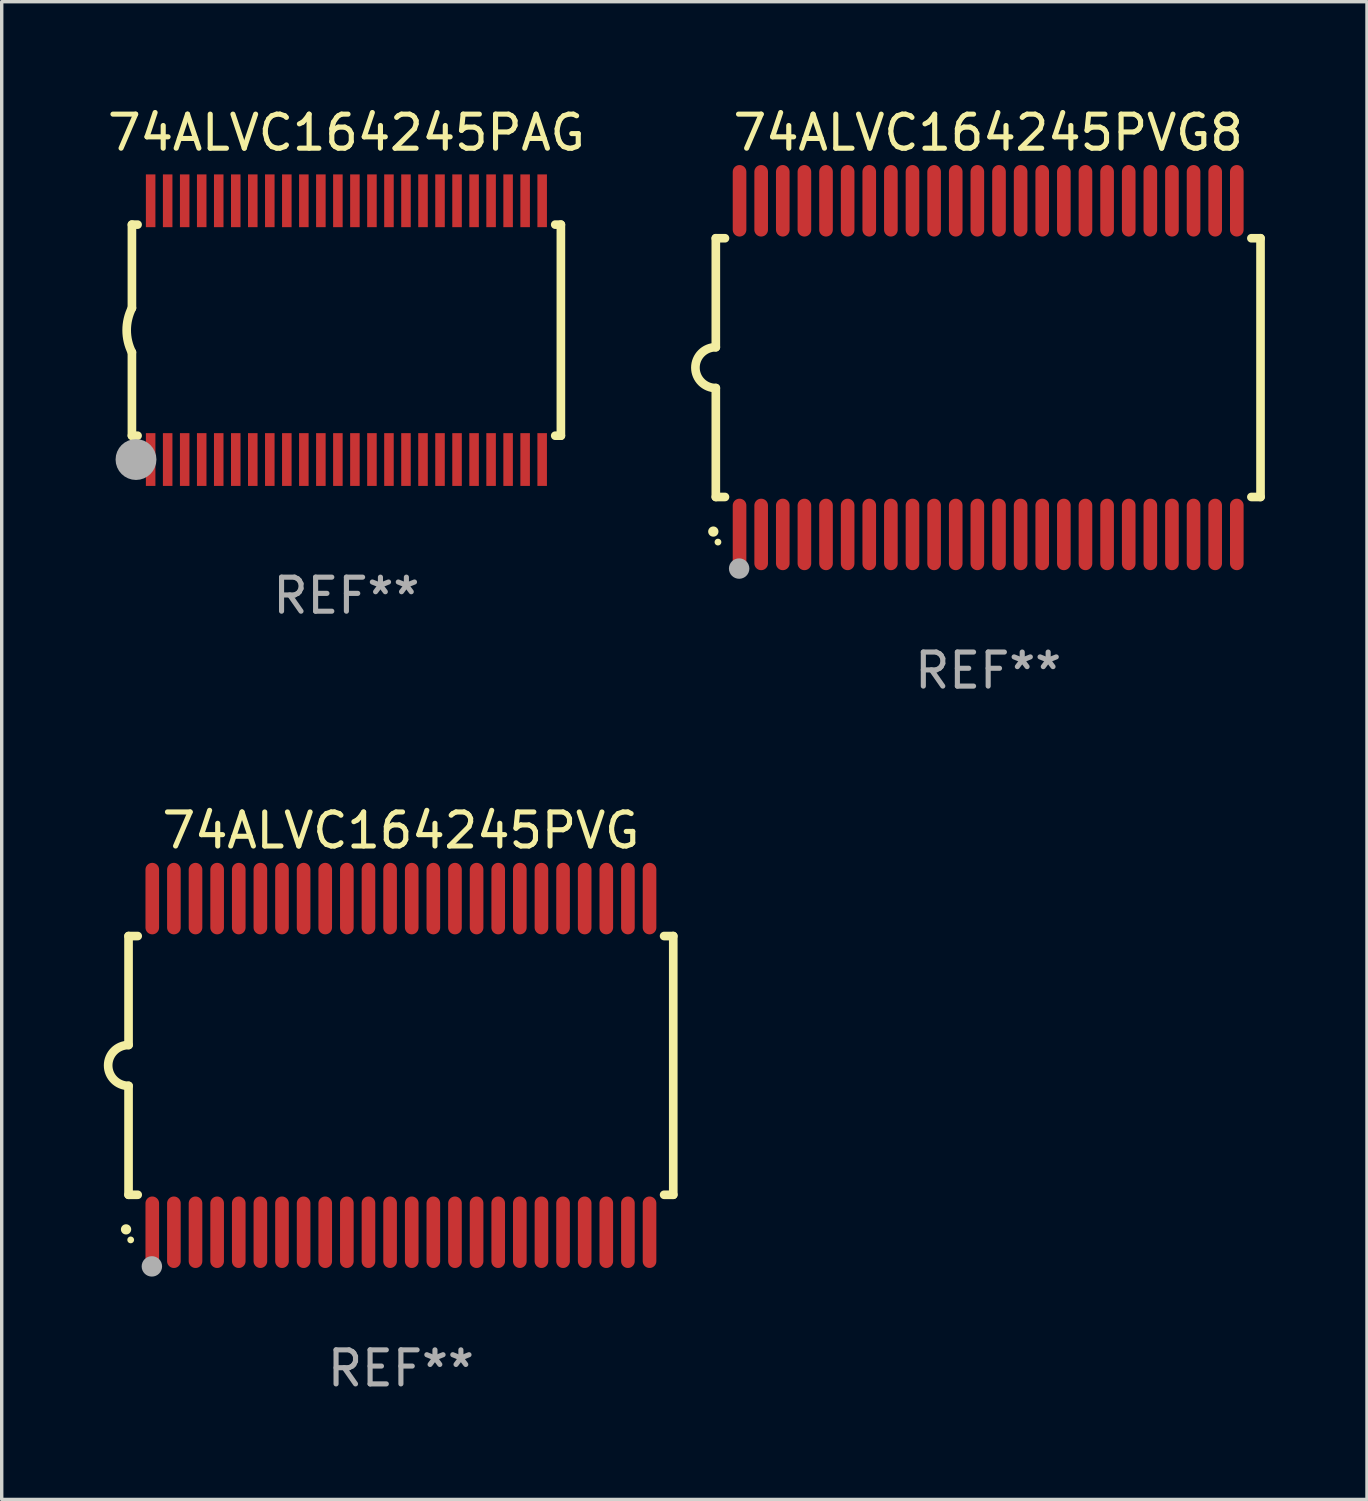
<source format=kicad_pcb>
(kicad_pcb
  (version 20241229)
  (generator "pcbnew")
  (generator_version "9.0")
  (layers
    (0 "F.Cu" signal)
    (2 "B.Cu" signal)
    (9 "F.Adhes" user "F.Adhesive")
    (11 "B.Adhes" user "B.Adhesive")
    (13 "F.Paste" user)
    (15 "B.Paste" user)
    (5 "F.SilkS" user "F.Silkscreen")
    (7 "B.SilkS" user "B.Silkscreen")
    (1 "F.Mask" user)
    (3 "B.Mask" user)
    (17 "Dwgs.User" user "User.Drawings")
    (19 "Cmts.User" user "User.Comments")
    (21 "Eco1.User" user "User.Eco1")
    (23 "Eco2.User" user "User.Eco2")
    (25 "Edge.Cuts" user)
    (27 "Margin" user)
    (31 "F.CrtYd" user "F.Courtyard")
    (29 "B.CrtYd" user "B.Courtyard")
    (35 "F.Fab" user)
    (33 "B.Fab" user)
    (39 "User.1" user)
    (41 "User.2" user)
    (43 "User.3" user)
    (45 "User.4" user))
  (footprint "74ALVC164245PVG8"
    (layer "F.Cu")
    (at 25.976 7.748)
    (property "Reference" "74ALVC164245PVG8" (at 0 -6.9 0) (layer "F.SilkS") (effects (font (size 1 1) (thickness 0.15))))
    (attr through_hole)
    (fp_line (start -8 -3.8) (end -8 -0.599) (stroke (width 0.254) (type solid)) (layer "F.SilkS"))
    (fp_line (start -8 -3.8) (end -7.731 -3.8) (stroke (width 0.254) (type solid)) (layer "F.SilkS"))
    (fp_line (start -8 3.8) (end -8 0.599) (stroke (width 0.254) (type solid)) (layer "F.SilkS"))
    (fp_line (start -7.731 3.8) (end -8 3.8) (stroke (width 0.254) (type solid)) (layer "F.SilkS"))
    (fp_line (start 7.731 -3.8) (end 8 -3.8) (stroke (width 0.254) (type solid)) (layer "F.SilkS"))
    (fp_line (start 8 -3.8) (end 8 3.8) (stroke (width 0.254) (type solid)) (layer "F.SilkS"))
    (fp_line (start 8 3.8) (end 7.731 3.8) (stroke (width 0.254) (type solid)) (layer "F.SilkS"))
    (fp_arc (start -8.074676 4.81585) (mid -8.073406 4.815845) (end -8.072136 4.81585) (stroke (width 0.3) (type solid)) (layer "F.SilkS"))
    (fp_arc (start -8.000025 0.6) (mid -8.598908 0.00056) (end -8.000027 -0.598882) (stroke (width 0.254001) (type solid)) (layer "F.SilkS"))
    (fp_circle (center -7.937 5.125) (end -7.887 5.125) (stroke (width 0.1) (type solid)) (fill no) (layer "F.SilkS"))
    (fp_circle (center -7.315 5.903) (end -7.165 5.903) (stroke (width 0.3) (type solid)) (fill no) (layer "F.Fab"))
    (fp_text user "REF**" (at 0 8.9 0) (layer "F.Fab") (effects (font (size 1 1) (thickness 0.15))))
    (pad "1" smd oval (at -7.303 4.9) (size 0.4 2.1) (layers "F.Cu" "F.Mask" "F.Paste"))
    (pad "2" smd oval (at -6.668 4.9) (size 0.4 2.1) (layers "F.Cu" "F.Mask" "F.Paste"))
    (pad "3" smd oval (at -6.033 4.9) (size 0.4 2.1) (layers "F.Cu" "F.Mask" "F.Paste"))
    (pad "4" smd oval (at -5.398 4.9) (size 0.4 2.1) (layers "F.Cu" "F.Mask" "F.Paste"))
    (pad "5" smd oval (at -4.763 4.9) (size 0.4 2.1) (layers "F.Cu" "F.Mask" "F.Paste"))
    (pad "6" smd oval (at -4.128 4.9) (size 0.4 2.1) (layers "F.Cu" "F.Mask" "F.Paste"))
    (pad "7" smd oval (at -3.493 4.9) (size 0.4 2.1) (layers "F.Cu" "F.Mask" "F.Paste"))
    (pad "8" smd oval (at -2.858 4.9) (size 0.4 2.1) (layers "F.Cu" "F.Mask" "F.Paste"))
    (pad "9" smd oval (at -2.223 4.9) (size 0.4 2.1) (layers "F.Cu" "F.Mask" "F.Paste"))
    (pad "10" smd oval (at -1.588 4.9) (size 0.4 2.1) (layers "F.Cu" "F.Mask" "F.Paste"))
    (pad "11" smd oval (at -0.953 4.9) (size 0.4 2.1) (layers "F.Cu" "F.Mask" "F.Paste"))
    (pad "12" smd oval (at -0.318 4.9) (size 0.4 2.1) (layers "F.Cu" "F.Mask" "F.Paste"))
    (pad "13" smd oval (at 0.318 4.9) (size 0.4 2.1) (layers "F.Cu" "F.Mask" "F.Paste"))
    (pad "14" smd oval (at 0.953 4.9) (size 0.4 2.1) (layers "F.Cu" "F.Mask" "F.Paste"))
    (pad "15" smd oval (at 1.588 4.9) (size 0.4 2.1) (layers "F.Cu" "F.Mask" "F.Paste"))
    (pad "16" smd oval (at 2.223 4.9) (size 0.4 2.1) (layers "F.Cu" "F.Mask" "F.Paste"))
    (pad "17" smd oval (at 2.858 4.9) (size 0.4 2.1) (layers "F.Cu" "F.Mask" "F.Paste"))
    (pad "18" smd oval (at 3.493 4.9) (size 0.4 2.1) (layers "F.Cu" "F.Mask" "F.Paste"))
    (pad "19" smd oval (at 4.128 4.9) (size 0.4 2.1) (layers "F.Cu" "F.Mask" "F.Paste"))
    (pad "20" smd oval (at 4.763 4.9) (size 0.4 2.1) (layers "F.Cu" "F.Mask" "F.Paste"))
    (pad "21" smd oval (at 5.398 4.9) (size 0.4 2.1) (layers "F.Cu" "F.Mask" "F.Paste"))
    (pad "22" smd oval (at 6.033 4.9) (size 0.4 2.1) (layers "F.Cu" "F.Mask" "F.Paste"))
    (pad "23" smd oval (at 6.668 4.9) (size 0.4 2.1) (layers "F.Cu" "F.Mask" "F.Paste"))
    (pad "24" smd oval (at 7.303 4.9) (size 0.4 2.1) (layers "F.Cu" "F.Mask" "F.Paste"))
    (pad "25" smd oval (at 7.303 -4.9 180) (size 0.4 2.1) (layers "F.Cu" "F.Mask" "F.Paste"))
    (pad "26" smd oval (at 6.668 -4.9 180) (size 0.4 2.1) (layers "F.Cu" "F.Mask" "F.Paste"))
    (pad "27" smd oval (at 6.033 -4.9 180) (size 0.4 2.1) (layers "F.Cu" "F.Mask" "F.Paste"))
    (pad "28" smd oval (at 5.398 -4.9 180) (size 0.4 2.1) (layers "F.Cu" "F.Mask" "F.Paste"))
    (pad "29" smd oval (at 4.763 -4.9 180) (size 0.4 2.1) (layers "F.Cu" "F.Mask" "F.Paste"))
    (pad "30" smd oval (at 4.128 -4.9 180) (size 0.4 2.1) (layers "F.Cu" "F.Mask" "F.Paste"))
    (pad "31" smd oval (at 3.493 -4.9 180) (size 0.4 2.1) (layers "F.Cu" "F.Mask" "F.Paste"))
    (pad "32" smd oval (at 2.858 -4.9 180) (size 0.4 2.1) (layers "F.Cu" "F.Mask" "F.Paste"))
    (pad "33" smd oval (at 2.223 -4.9 180) (size 0.4 2.1) (layers "F.Cu" "F.Mask" "F.Paste"))
    (pad "34" smd oval (at 1.588 -4.9 180) (size 0.4 2.1) (layers "F.Cu" "F.Mask" "F.Paste"))
    (pad "35" smd oval (at 0.953 -4.9 180) (size 0.4 2.1) (layers "F.Cu" "F.Mask" "F.Paste"))
    (pad "36" smd oval (at 0.318 -4.9 180) (size 0.4 2.1) (layers "F.Cu" "F.Mask" "F.Paste"))
    (pad "37" smd oval (at -0.318 -4.9 180) (size 0.4 2.1) (layers "F.Cu" "F.Mask" "F.Paste"))
    (pad "38" smd oval (at -0.953 -4.9 180) (size 0.4 2.1) (layers "F.Cu" "F.Mask" "F.Paste"))
    (pad "39" smd oval (at -1.588 -4.9 180) (size 0.4 2.1) (layers "F.Cu" "F.Mask" "F.Paste"))
    (pad "40" smd oval (at -2.223 -4.9 180) (size 0.4 2.1) (layers "F.Cu" "F.Mask" "F.Paste"))
    (pad "41" smd oval (at -2.858 -4.9 180) (size 0.4 2.1) (layers "F.Cu" "F.Mask" "F.Paste"))
    (pad "42" smd oval (at -3.493 -4.9 180) (size 0.4 2.1) (layers "F.Cu" "F.Mask" "F.Paste"))
    (pad "43" smd oval (at -4.128 -4.9 180) (size 0.4 2.1) (layers "F.Cu" "F.Mask" "F.Paste"))
    (pad "44" smd oval (at -4.763 -4.9 180) (size 0.4 2.1) (layers "F.Cu" "F.Mask" "F.Paste"))
    (pad "45" smd oval (at -5.398 -4.9 180) (size 0.4 2.1) (layers "F.Cu" "F.Mask" "F.Paste"))
    (pad "46" smd oval (at -6.033 -4.9 180) (size 0.4 2.1) (layers "F.Cu" "F.Mask" "F.Paste"))
    (pad "47" smd oval (at -6.668 -4.9 180) (size 0.4 2.1) (layers "F.Cu" "F.Mask" "F.Paste"))
    (pad "48" smd oval (at -7.303 -4.9 180) (size 0.4 2.1) (layers "F.Cu" "F.Mask" "F.Paste")))
  (footprint "74ALVC164245PAG"
    (layer "F.Cu")
    (at 7.125 6.648)
    (property "Reference" "74ALVC164245PAG" (at 0 -5.8 0) (layer "F.SilkS") (effects (font (size 1 1) (thickness 0.15))))
    (attr through_hole)
    (fp_line (start -6.3 -3.1) (end -6.3 -0.65) (stroke (width 0.254) (type solid)) (layer "F.SilkS"))
    (fp_line (start -6.3 -3.1) (end -6.134 -3.1) (stroke (width 0.254) (type solid)) (layer "F.SilkS"))
    (fp_line (start -6.3 3.1) (end -6.3 0.65) (stroke (width 0.254) (type solid)) (layer "F.SilkS"))
    (fp_line (start -6.3 3.1) (end -6.134 3.1) (stroke (width 0.254) (type solid)) (layer "F.SilkS"))
    (fp_line (start 6.134 -3.1) (end 6.3 -3.1) (stroke (width 0.254) (type solid)) (layer "F.SilkS"))
    (fp_line (start 6.134 3.1) (end 6.3 3.1) (stroke (width 0.254) (type solid)) (layer "F.SilkS"))
    (fp_line (start 6.3 -3.1) (end 6.3 3.1) (stroke (width 0.254) (type solid)) (layer "F.SilkS"))
    (fp_arc (start -6.301016 0.650114) (mid -6.45413 -0.000082) (end -6.3 -0.650038) (stroke (width 0.254001) (type solid)) (layer "F.SilkS"))
    (fp_circle (center -6.35 3.81) (end -6.223 3.81) (stroke (width 0.254) (type solid)) (fill no) (layer "F.SilkS"))
    (fp_circle (center -6.25 4.05) (end -6.22 4.05) (stroke (width 0.06) (type solid)) (fill no) (layer "F.SilkS"))
    (fp_circle (center -6.18 3.8) (end -5.88 3.8) (stroke (width 0.6) (type solid)) (fill no) (layer "F.Fab"))
    (fp_text user "REF**" (at 0 7.8 0) (layer "F.Fab") (effects (font (size 1 1) (thickness 0.15))))
    (pad "1" smd rect (at -5.75 3.8) (size 0.28 1.55) (layers "F.Cu" "F.Mask" "F.Paste"))
    (pad "2" smd rect (at -5.25 3.8) (size 0.28 1.55) (layers "F.Cu" "F.Mask" "F.Paste"))
    (pad "3" smd rect (at -4.75 3.8) (size 0.28 1.55) (layers "F.Cu" "F.Mask" "F.Paste"))
    (pad "4" smd rect (at -4.25 3.8) (size 0.28 1.55) (layers "F.Cu" "F.Mask" "F.Paste"))
    (pad "5" smd rect (at -3.75 3.8) (size 0.28 1.55) (layers "F.Cu" "F.Mask" "F.Paste"))
    (pad "6" smd rect (at -3.25 3.8) (size 0.28 1.55) (layers "F.Cu" "F.Mask" "F.Paste"))
    (pad "7" smd rect (at -2.75 3.8) (size 0.28 1.55) (layers "F.Cu" "F.Mask" "F.Paste"))
    (pad "8" smd rect (at -2.25 3.8) (size 0.28 1.55) (layers "F.Cu" "F.Mask" "F.Paste"))
    (pad "9" smd rect (at -1.75 3.8) (size 0.28 1.55) (layers "F.Cu" "F.Mask" "F.Paste"))
    (pad "10" smd rect (at -1.25 3.8) (size 0.28 1.55) (layers "F.Cu" "F.Mask" "F.Paste"))
    (pad "11" smd rect (at -0.75 3.8) (size 0.28 1.55) (layers "F.Cu" "F.Mask" "F.Paste"))
    (pad "12" smd rect (at -0.25 3.8) (size 0.28 1.55) (layers "F.Cu" "F.Mask" "F.Paste"))
    (pad "13" smd rect (at 0.25 3.8) (size 0.28 1.55) (layers "F.Cu" "F.Mask" "F.Paste"))
    (pad "14" smd rect (at 0.75 3.8) (size 0.28 1.55) (layers "F.Cu" "F.Mask" "F.Paste"))
    (pad "15" smd rect (at 1.25 3.8) (size 0.28 1.55) (layers "F.Cu" "F.Mask" "F.Paste"))
    (pad "16" smd rect (at 1.75 3.8) (size 0.28 1.55) (layers "F.Cu" "F.Mask" "F.Paste"))
    (pad "17" smd rect (at 2.25 3.8) (size 0.28 1.55) (layers "F.Cu" "F.Mask" "F.Paste"))
    (pad "18" smd rect (at 2.75 3.8) (size 0.28 1.55) (layers "F.Cu" "F.Mask" "F.Paste"))
    (pad "19" smd rect (at 3.25 3.8) (size 0.28 1.55) (layers "F.Cu" "F.Mask" "F.Paste"))
    (pad "20" smd rect (at 3.75 3.8) (size 0.28 1.55) (layers "F.Cu" "F.Mask" "F.Paste"))
    (pad "21" smd rect (at 4.25 3.8) (size 0.28 1.55) (layers "F.Cu" "F.Mask" "F.Paste"))
    (pad "22" smd rect (at 4.75 3.8) (size 0.28 1.55) (layers "F.Cu" "F.Mask" "F.Paste"))
    (pad "23" smd rect (at 5.25 3.8) (size 0.28 1.55) (layers "F.Cu" "F.Mask" "F.Paste"))
    (pad "24" smd rect (at 5.75 3.8) (size 0.28 1.55) (layers "F.Cu" "F.Mask" "F.Paste"))
    (pad "25" smd rect (at 5.75 -3.8) (size 0.28 1.55) (layers "F.Cu" "F.Mask" "F.Paste"))
    (pad "26" smd rect (at 5.25 -3.8) (size 0.28 1.55) (layers "F.Cu" "F.Mask" "F.Paste"))
    (pad "27" smd rect (at 4.75 -3.8) (size 0.28 1.55) (layers "F.Cu" "F.Mask" "F.Paste"))
    (pad "28" smd rect (at 4.25 -3.8) (size 0.28 1.55) (layers "F.Cu" "F.Mask" "F.Paste"))
    (pad "29" smd rect (at 3.75 -3.8) (size 0.28 1.55) (layers "F.Cu" "F.Mask" "F.Paste"))
    (pad "30" smd rect (at 3.25 -3.8) (size 0.28 1.55) (layers "F.Cu" "F.Mask" "F.Paste"))
    (pad "31" smd rect (at 2.75 -3.8) (size 0.28 1.55) (layers "F.Cu" "F.Mask" "F.Paste"))
    (pad "32" smd rect (at 2.25 -3.8) (size 0.28 1.55) (layers "F.Cu" "F.Mask" "F.Paste"))
    (pad "33" smd rect (at 1.75 -3.8) (size 0.28 1.55) (layers "F.Cu" "F.Mask" "F.Paste"))
    (pad "34" smd rect (at 1.25 -3.8) (size 0.28 1.55) (layers "F.Cu" "F.Mask" "F.Paste"))
    (pad "35" smd rect (at 0.75 -3.8) (size 0.28 1.55) (layers "F.Cu" "F.Mask" "F.Paste"))
    (pad "36" smd rect (at 0.25 -3.8) (size 0.28 1.55) (layers "F.Cu" "F.Mask" "F.Paste"))
    (pad "37" smd rect (at -0.25 -3.8) (size 0.28 1.55) (layers "F.Cu" "F.Mask" "F.Paste"))
    (pad "38" smd rect (at -0.75 -3.8) (size 0.28 1.55) (layers "F.Cu" "F.Mask" "F.Paste"))
    (pad "39" smd rect (at -1.25 -3.8) (size 0.28 1.55) (layers "F.Cu" "F.Mask" "F.Paste"))
    (pad "40" smd rect (at -1.75 -3.8) (size 0.28 1.55) (layers "F.Cu" "F.Mask" "F.Paste"))
    (pad "41" smd rect (at -2.25 -3.8) (size 0.28 1.55) (layers "F.Cu" "F.Mask" "F.Paste"))
    (pad "42" smd rect (at -2.75 -3.8) (size 0.28 1.55) (layers "F.Cu" "F.Mask" "F.Paste"))
    (pad "43" smd rect (at -3.25 -3.8) (size 0.28 1.55) (layers "F.Cu" "F.Mask" "F.Paste"))
    (pad "44" smd rect (at -3.75 -3.8) (size 0.28 1.55) (layers "F.Cu" "F.Mask" "F.Paste"))
    (pad "45" smd rect (at -4.25 -3.8) (size 0.28 1.55) (layers "F.Cu" "F.Mask" "F.Paste"))
    (pad "46" smd rect (at -4.75 -3.8) (size 0.28 1.55) (layers "F.Cu" "F.Mask" "F.Paste"))
    (pad "47" smd rect (at -5.25 -3.8) (size 0.28 1.55) (layers "F.Cu" "F.Mask" "F.Paste"))
    (pad "48" smd rect (at -5.75 -3.8) (size 0.28 1.55) (layers "F.Cu" "F.Mask" "F.Paste")))
  (footprint "74ALVC164245PVG"
    (layer "F.Cu")
    (at 8.726 28.245)
    (property "Reference" "74ALVC164245PVG" (at 0 -6.9 0) (layer "F.SilkS") (effects (font (size 1 1) (thickness 0.15))))
    (attr through_hole)
    (fp_line (start -8 -3.8) (end -8 -0.599) (stroke (width 0.254) (type solid)) (layer "F.SilkS"))
    (fp_line (start -8 -3.8) (end -7.731 -3.8) (stroke (width 0.254) (type solid)) (layer "F.SilkS"))
    (fp_line (start -8 3.8) (end -8 0.599) (stroke (width 0.254) (type solid)) (layer "F.SilkS"))
    (fp_line (start -7.731 3.8) (end -8 3.8) (stroke (width 0.254) (type solid)) (layer "F.SilkS"))
    (fp_line (start 7.731 -3.8) (end 8 -3.8) (stroke (width 0.254) (type solid)) (layer "F.SilkS"))
    (fp_line (start 8 -3.8) (end 8 3.8) (stroke (width 0.254) (type solid)) (layer "F.SilkS"))
    (fp_line (start 8 3.8) (end 7.731 3.8) (stroke (width 0.254) (type solid)) (layer "F.SilkS"))
    (fp_arc (start -8.074676 4.81585) (mid -8.073406 4.815845) (end -8.072136 4.81585) (stroke (width 0.3) (type solid)) (layer "F.SilkS"))
    (fp_arc (start -8.000025 0.6) (mid -8.598908 0.00056) (end -8.000027 -0.598882) (stroke (width 0.254001) (type solid)) (layer "F.SilkS"))
    (fp_circle (center -7.937 5.125) (end -7.887 5.125) (stroke (width 0.1) (type solid)) (fill no) (layer "F.SilkS"))
    (fp_circle (center -7.315 5.903) (end -7.165 5.903) (stroke (width 0.3) (type solid)) (fill no) (layer "F.Fab"))
    (fp_text user "REF**" (at 0 8.9 0) (layer "F.Fab") (effects (font (size 1 1) (thickness 0.15))))
    (pad "1" smd oval (at -7.303 4.9) (size 0.4 2.1) (layers "F.Cu" "F.Mask" "F.Paste"))
    (pad "2" smd oval (at -6.668 4.9) (size 0.4 2.1) (layers "F.Cu" "F.Mask" "F.Paste"))
    (pad "3" smd oval (at -6.033 4.9) (size 0.4 2.1) (layers "F.Cu" "F.Mask" "F.Paste"))
    (pad "4" smd oval (at -5.398 4.9) (size 0.4 2.1) (layers "F.Cu" "F.Mask" "F.Paste"))
    (pad "5" smd oval (at -4.763 4.9) (size 0.4 2.1) (layers "F.Cu" "F.Mask" "F.Paste"))
    (pad "6" smd oval (at -4.128 4.9) (size 0.4 2.1) (layers "F.Cu" "F.Mask" "F.Paste"))
    (pad "7" smd oval (at -3.493 4.9) (size 0.4 2.1) (layers "F.Cu" "F.Mask" "F.Paste"))
    (pad "8" smd oval (at -2.858 4.9) (size 0.4 2.1) (layers "F.Cu" "F.Mask" "F.Paste"))
    (pad "9" smd oval (at -2.223 4.9) (size 0.4 2.1) (layers "F.Cu" "F.Mask" "F.Paste"))
    (pad "10" smd oval (at -1.588 4.9) (size 0.4 2.1) (layers "F.Cu" "F.Mask" "F.Paste"))
    (pad "11" smd oval (at -0.953 4.9) (size 0.4 2.1) (layers "F.Cu" "F.Mask" "F.Paste"))
    (pad "12" smd oval (at -0.318 4.9) (size 0.4 2.1) (layers "F.Cu" "F.Mask" "F.Paste"))
    (pad "13" smd oval (at 0.318 4.9) (size 0.4 2.1) (layers "F.Cu" "F.Mask" "F.Paste"))
    (pad "14" smd oval (at 0.953 4.9) (size 0.4 2.1) (layers "F.Cu" "F.Mask" "F.Paste"))
    (pad "15" smd oval (at 1.588 4.9) (size 0.4 2.1) (layers "F.Cu" "F.Mask" "F.Paste"))
    (pad "16" smd oval (at 2.223 4.9) (size 0.4 2.1) (layers "F.Cu" "F.Mask" "F.Paste"))
    (pad "17" smd oval (at 2.858 4.9) (size 0.4 2.1) (layers "F.Cu" "F.Mask" "F.Paste"))
    (pad "18" smd oval (at 3.493 4.9) (size 0.4 2.1) (layers "F.Cu" "F.Mask" "F.Paste"))
    (pad "19" smd oval (at 4.128 4.9) (size 0.4 2.1) (layers "F.Cu" "F.Mask" "F.Paste"))
    (pad "20" smd oval (at 4.763 4.9) (size 0.4 2.1) (layers "F.Cu" "F.Mask" "F.Paste"))
    (pad "21" smd oval (at 5.398 4.9) (size 0.4 2.1) (layers "F.Cu" "F.Mask" "F.Paste"))
    (pad "22" smd oval (at 6.033 4.9) (size 0.4 2.1) (layers "F.Cu" "F.Mask" "F.Paste"))
    (pad "23" smd oval (at 6.668 4.9) (size 0.4 2.1) (layers "F.Cu" "F.Mask" "F.Paste"))
    (pad "24" smd oval (at 7.303 4.9) (size 0.4 2.1) (layers "F.Cu" "F.Mask" "F.Paste"))
    (pad "25" smd oval (at 7.303 -4.9 180) (size 0.4 2.1) (layers "F.Cu" "F.Mask" "F.Paste"))
    (pad "26" smd oval (at 6.668 -4.9 180) (size 0.4 2.1) (layers "F.Cu" "F.Mask" "F.Paste"))
    (pad "27" smd oval (at 6.033 -4.9 180) (size 0.4 2.1) (layers "F.Cu" "F.Mask" "F.Paste"))
    (pad "28" smd oval (at 5.398 -4.9 180) (size 0.4 2.1) (layers "F.Cu" "F.Mask" "F.Paste"))
    (pad "29" smd oval (at 4.763 -4.9 180) (size 0.4 2.1) (layers "F.Cu" "F.Mask" "F.Paste"))
    (pad "30" smd oval (at 4.128 -4.9 180) (size 0.4 2.1) (layers "F.Cu" "F.Mask" "F.Paste"))
    (pad "31" smd oval (at 3.493 -4.9 180) (size 0.4 2.1) (layers "F.Cu" "F.Mask" "F.Paste"))
    (pad "32" smd oval (at 2.858 -4.9 180) (size 0.4 2.1) (layers "F.Cu" "F.Mask" "F.Paste"))
    (pad "33" smd oval (at 2.223 -4.9 180) (size 0.4 2.1) (layers "F.Cu" "F.Mask" "F.Paste"))
    (pad "34" smd oval (at 1.588 -4.9 180) (size 0.4 2.1) (layers "F.Cu" "F.Mask" "F.Paste"))
    (pad "35" smd oval (at 0.953 -4.9 180) (size 0.4 2.1) (layers "F.Cu" "F.Mask" "F.Paste"))
    (pad "36" smd oval (at 0.318 -4.9 180) (size 0.4 2.1) (layers "F.Cu" "F.Mask" "F.Paste"))
    (pad "37" smd oval (at -0.318 -4.9 180) (size 0.4 2.1) (layers "F.Cu" "F.Mask" "F.Paste"))
    (pad "38" smd oval (at -0.953 -4.9 180) (size 0.4 2.1) (layers "F.Cu" "F.Mask" "F.Paste"))
    (pad "39" smd oval (at -1.588 -4.9 180) (size 0.4 2.1) (layers "F.Cu" "F.Mask" "F.Paste"))
    (pad "40" smd oval (at -2.223 -4.9 180) (size 0.4 2.1) (layers "F.Cu" "F.Mask" "F.Paste"))
    (pad "41" smd oval (at -2.858 -4.9 180) (size 0.4 2.1) (layers "F.Cu" "F.Mask" "F.Paste"))
    (pad "42" smd oval (at -3.493 -4.9 180) (size 0.4 2.1) (layers "F.Cu" "F.Mask" "F.Paste"))
    (pad "43" smd oval (at -4.128 -4.9 180) (size 0.4 2.1) (layers "F.Cu" "F.Mask" "F.Paste"))
    (pad "44" smd oval (at -4.763 -4.9 180) (size 0.4 2.1) (layers "F.Cu" "F.Mask" "F.Paste"))
    (pad "45" smd oval (at -5.398 -4.9 180) (size 0.4 2.1) (layers "F.Cu" "F.Mask" "F.Paste"))
    (pad "46" smd oval (at -6.033 -4.9 180) (size 0.4 2.1) (layers "F.Cu" "F.Mask" "F.Paste"))
    (pad "47" smd oval (at -6.668 -4.9 180) (size 0.4 2.1) (layers "F.Cu" "F.Mask" "F.Paste"))
    (pad "48" smd oval (at -7.303 -4.9 180) (size 0.4 2.1) (layers "F.Cu" "F.Mask" "F.Paste")))
  (gr_rect
    (start -3 -3)
    (end 37.103 40.993)
    (stroke (width 0.1) (type default))
    (fill no)
    (layer "Edge.Cuts")))
</source>
